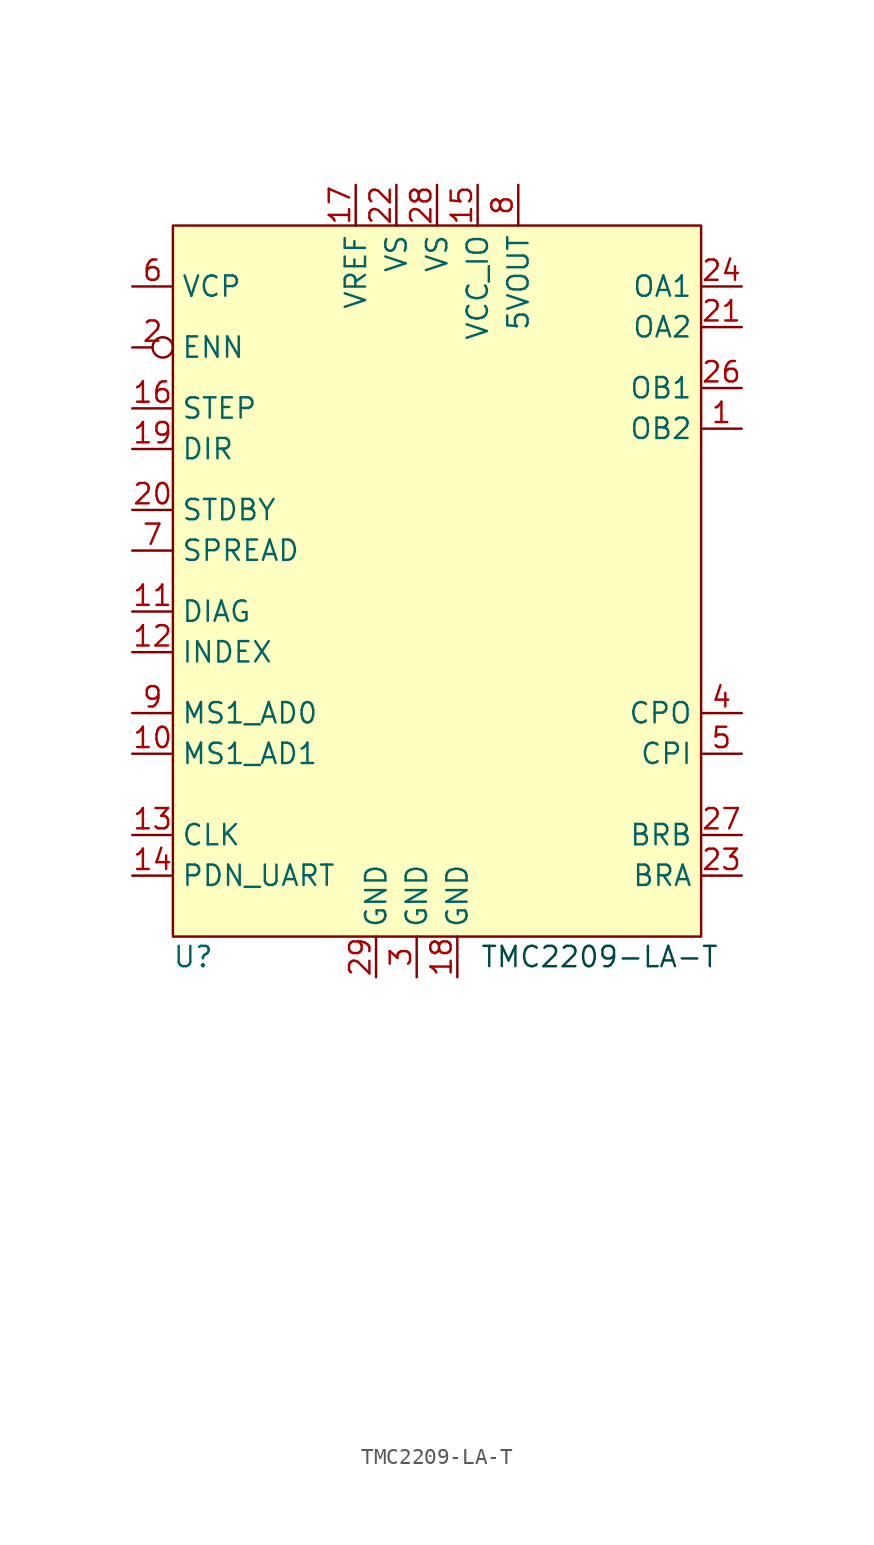
<source format=kicad_sym>
(kicad_symbol_lib
  (version 20231120)
  (generator "kicad_symbol_editor")
  (generator_version "8.0")
  (symbol "TMC2209-LA-T"
    (property "Reference" "U"
      (at -15.24 -22.86 0)
      (effects (font (size 1.27 1.27))))
    (property "Value" ""
      (at -8.89 -45.72 0)
      (effects (font (size 1.27 1.27))))
    (symbol "TMC2209-LA-T_1_1"
      (rectangle (start -16.51 22.86) (end 16.51 -21.59) (stroke (width 0) (type default)) (fill (type background)))
      (text "TMC2209-LA-T\n" (at 10.16 -22.86 0) (effects (font (size 1.27 1.27) (color 0 72 72 1))))
      (pin output line (at 19.05 10.16 180) (length 2.54) (name "OB2" (effects (font (size 1.27 1.27)))) (number "1" (effects (font (size 1.27 1.27)))))
      (pin input line (at -19.05 -10.16 0) (length 2.54) (name "MS1_AD1" (effects (font (size 1.27 1.27)))) (number "10" (effects (font (size 1.27 1.27)))))
      (pin output line (at -19.05 -1.27 0) (length 2.54) (name "DIAG" (effects (font (size 1.27 1.27)))) (number "11" (effects (font (size 1.27 1.27)))))
      (pin output line (at -19.05 -3.81 0) (length 2.54) (name "INDEX" (effects (font (size 1.27 1.27)))) (number "12" (effects (font (size 1.27 1.27)))))
      (pin input line (at -19.05 -15.24 0) (length 2.54) (name "CLK" (effects (font (size 1.27 1.27)))) (number "13" (effects (font (size 1.27 1.27)))))
      (pin bidirectional line (at -19.05 -17.78 0) (length 2.54) (name "PDN_UART" (effects (font (size 1.27 1.27)))) (number "14" (effects (font (size 1.27 1.27)))))
      (pin power_in line (at 2.54 25.4 270) (length 2.54) (name "VCC_IO" (effects (font (size 1.27 1.27)))) (number "15" (effects (font (size 1.27 1.27)))))
      (pin input line (at -19.05 11.43 0) (length 2.54) (name "STEP" (effects (font (size 1.27 1.27)))) (number "16" (effects (font (size 1.27 1.27)))))
      (pin input line (at -5.08 25.4 270) (length 2.54) (name "VREF" (effects (font (size 1.27 1.27)))) (number "17" (effects (font (size 1.27 1.27)))))
      (pin power_in line (at 1.27 -24.13 90) (length 2.54) (name "GND" (effects (font (size 1.27 1.27)))) (number "18" (effects (font (size 1.27 1.27)))))
      (pin input line (at -19.05 8.89 0) (length 2.54) (name "DIR" (effects (font (size 1.27 1.27)))) (number "19" (effects (font (size 1.27 1.27)))))
      (pin input inverted (at -19.05 15.24 0) (length 2.54) (name "ENN" (effects (font (size 1.27 1.27)))) (number "2" (effects (font (size 1.27 1.27)))))
      (pin input line (at -19.05 5.08 0) (length 2.54) (name "STDBY" (effects (font (size 1.27 1.27)))) (number "20" (effects (font (size 1.27 1.27)))))
      (pin output line (at 19.05 16.51 180) (length 2.54) (name "OA2" (effects (font (size 1.27 1.27)))) (number "21" (effects (font (size 1.27 1.27)))))
      (pin power_in line (at -2.54 25.4 270) (length 2.54) (name "VS" (effects (font (size 1.27 1.27)))) (number "22" (effects (font (size 1.27 1.27)))))
      (pin input line (at 19.05 -17.78 180) (length 2.54) (name "BRA" (effects (font (size 1.27 1.27)))) (number "23" (effects (font (size 1.27 1.27)))))
      (pin output line (at 19.05 19.05 180) (length 2.54) (name "OA1" (effects (font (size 1.27 1.27)))) (number "24" (effects (font (size 1.27 1.27)))))
      (pin output line (at 19.05 12.7 180) (length 2.54) (name "OB1" (effects (font (size 1.27 1.27)))) (number "26" (effects (font (size 1.27 1.27)))))
      (pin input line (at 19.05 -15.24 180) (length 2.54) (name "BRB" (effects (font (size 1.27 1.27)))) (number "27" (effects (font (size 1.27 1.27)))))
      (pin power_in line (at 0 25.4 270) (length 2.54) (name "VS" (effects (font (size 1.27 1.27)))) (number "28" (effects (font (size 1.27 1.27)))))
      (pin power_in line (at -3.81 -24.13 90) (length 2.54) (name "GND" (effects (font (size 1.27 1.27)))) (number "29" (effects (font (size 1.27 1.27)))))
      (pin power_in line (at -1.27 -24.13 90) (length 2.54) (name "GND" (effects (font (size 1.27 1.27)))) (number "3" (effects (font (size 1.27 1.27)))))
      (pin output line (at 19.05 -7.62 180) (length 2.54) (name "CPO" (effects (font (size 1.27 1.27)))) (number "4" (effects (font (size 1.27 1.27)))))
      (pin input line (at 19.05 -10.16 180) (length 2.54) (name "CPI" (effects (font (size 1.27 1.27)))) (number "5" (effects (font (size 1.27 1.27)))))
      (pin power_in line (at -19.05 19.05 0) (length 2.54) (name "VCP" (effects (font (size 1.27 1.27)))) (number "6" (effects (font (size 1.27 1.27)))))
      (pin input line (at -19.05 2.54 0) (length 2.54) (name "SPREAD" (effects (font (size 1.27 1.27)))) (number "7" (effects (font (size 1.27 1.27)))))
      (pin power_out line (at 5.08 25.4 270) (length 2.54) (name "5VOUT" (effects (font (size 1.27 1.27)))) (number "8" (effects (font (size 1.27 1.27)))))
      (pin input line (at -19.05 -7.62 0) (length 2.54) (name "MS1_AD0" (effects (font (size 1.27 1.27)))) (number "9" (effects (font (size 1.27 1.27))))))))
</source>
